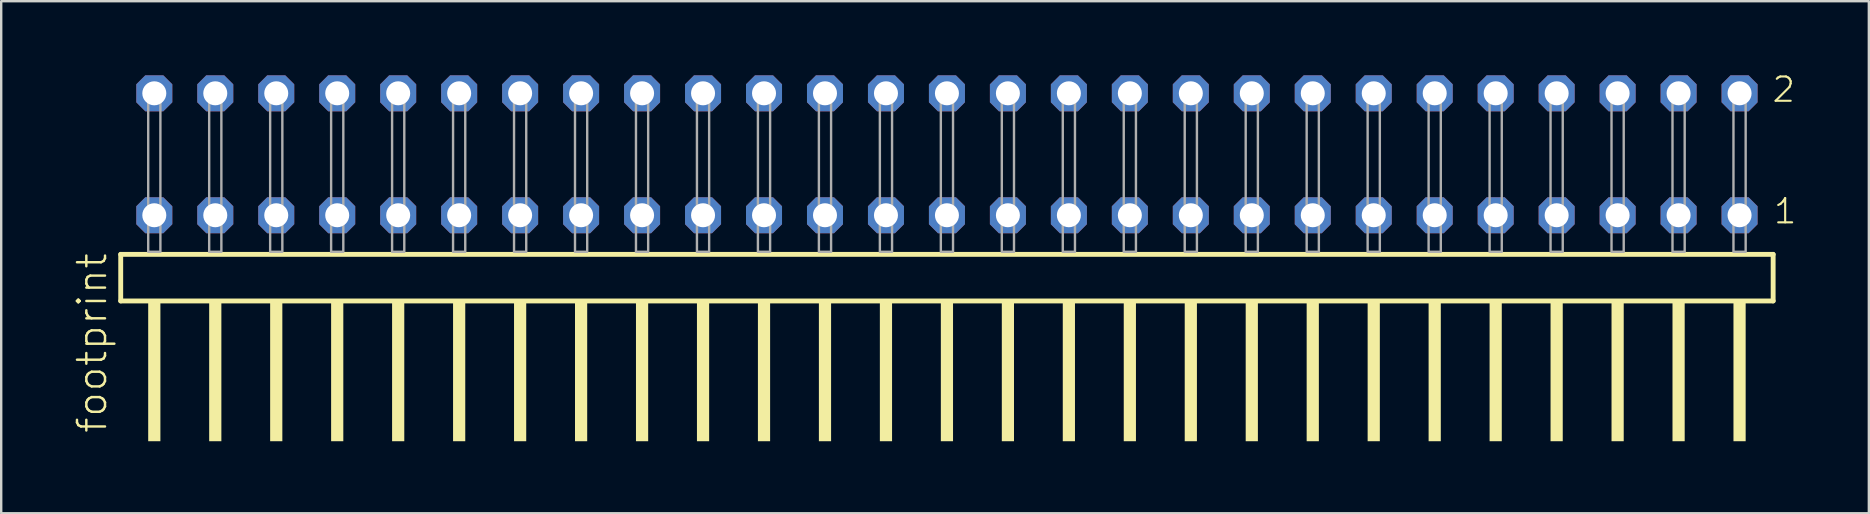
<source format=kicad_pcb>
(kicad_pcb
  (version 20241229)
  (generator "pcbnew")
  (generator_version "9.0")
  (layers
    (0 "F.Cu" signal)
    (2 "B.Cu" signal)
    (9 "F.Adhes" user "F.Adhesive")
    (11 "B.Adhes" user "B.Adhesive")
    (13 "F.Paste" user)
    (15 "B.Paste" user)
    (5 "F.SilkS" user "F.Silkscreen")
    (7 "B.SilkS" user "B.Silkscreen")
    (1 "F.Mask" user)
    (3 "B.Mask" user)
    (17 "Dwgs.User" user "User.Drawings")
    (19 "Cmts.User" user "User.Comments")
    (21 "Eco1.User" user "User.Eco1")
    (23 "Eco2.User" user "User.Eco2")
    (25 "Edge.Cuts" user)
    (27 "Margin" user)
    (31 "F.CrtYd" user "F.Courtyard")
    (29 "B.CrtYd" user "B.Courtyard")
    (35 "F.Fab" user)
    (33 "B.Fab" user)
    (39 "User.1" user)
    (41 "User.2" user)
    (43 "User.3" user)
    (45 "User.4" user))
  (footprint "footprint"
    (layer "F.Cu")
    (at 36.398 7.441)
    (property "Reference" "footprint" (at -34.925 7.62 90) (layer "F.SilkS") (effects (font (size 1.168 1.168) (thickness 0.102)) (justify left bottom)))
    (fp_line (start -34.419 0.106) (end -34.419 2.046) (stroke (width 0.203) (type solid)) (layer "F.SilkS"))
    (fp_line (start -34.419 2.046) (end 34.419 2.046) (stroke (width 0.203) (type solid)) (layer "F.SilkS"))
    (fp_line (start 34.419 0.106) (end -34.419 0.106) (stroke (width 0.203) (type solid)) (layer "F.SilkS"))
    (fp_line (start 34.419 2.046) (end 34.419 0.106) (stroke (width 0.203) (type solid)) (layer "F.SilkS"))
    (fp_poly (pts (xy -33.274 7.89) (xy -32.766 7.89) (xy -32.766 2.04) (xy -33.274 2.04)) (stroke (width 0) (type solid)) (fill yes) (layer "F.SilkS"))
    (fp_poly (pts (xy -30.734 7.89) (xy -30.226 7.89) (xy -30.226 2.04) (xy -30.734 2.04)) (stroke (width 0) (type solid)) (fill yes) (layer "F.SilkS"))
    (fp_poly (pts (xy -28.194 7.89) (xy -27.686 7.89) (xy -27.686 2.04) (xy -28.194 2.04)) (stroke (width 0) (type solid)) (fill yes) (layer "F.SilkS"))
    (fp_poly (pts (xy -25.654 7.89) (xy -25.146 7.89) (xy -25.146 2.04) (xy -25.654 2.04)) (stroke (width 0) (type solid)) (fill yes) (layer "F.SilkS"))
    (fp_poly (pts (xy -23.114 7.89) (xy -22.606 7.89) (xy -22.606 2.04) (xy -23.114 2.04)) (stroke (width 0) (type solid)) (fill yes) (layer "F.SilkS"))
    (fp_poly (pts (xy -20.574 7.89) (xy -20.066 7.89) (xy -20.066 2.04) (xy -20.574 2.04)) (stroke (width 0) (type solid)) (fill yes) (layer "F.SilkS"))
    (fp_poly (pts (xy -18.034 7.89) (xy -17.526 7.89) (xy -17.526 2.04) (xy -18.034 2.04)) (stroke (width 0) (type solid)) (fill yes) (layer "F.SilkS"))
    (fp_poly (pts (xy -15.494 7.89) (xy -14.986 7.89) (xy -14.986 2.04) (xy -15.494 2.04)) (stroke (width 0) (type solid)) (fill yes) (layer "F.SilkS"))
    (fp_poly (pts (xy -12.954 7.89) (xy -12.446 7.89) (xy -12.446 2.04) (xy -12.954 2.04)) (stroke (width 0) (type solid)) (fill yes) (layer "F.SilkS"))
    (fp_poly (pts (xy -10.414 7.89) (xy -9.906 7.89) (xy -9.906 2.04) (xy -10.414 2.04)) (stroke (width 0) (type solid)) (fill yes) (layer "F.SilkS"))
    (fp_poly (pts (xy -7.874 7.89) (xy -7.366 7.89) (xy -7.366 2.04) (xy -7.874 2.04)) (stroke (width 0) (type solid)) (fill yes) (layer "F.SilkS"))
    (fp_poly (pts (xy -5.334 7.89) (xy -4.826 7.89) (xy -4.826 2.04) (xy -5.334 2.04)) (stroke (width 0) (type solid)) (fill yes) (layer "F.SilkS"))
    (fp_poly (pts (xy -2.794 7.89) (xy -2.286 7.89) (xy -2.286 2.04) (xy -2.794 2.04)) (stroke (width 0) (type solid)) (fill yes) (layer "F.SilkS"))
    (fp_poly (pts (xy -0.254 7.89) (xy 0.254 7.89) (xy 0.254 2.04) (xy -0.254 2.04)) (stroke (width 0) (type solid)) (fill yes) (layer "F.SilkS"))
    (fp_poly (pts (xy 2.286 7.89) (xy 2.794 7.89) (xy 2.794 2.04) (xy 2.286 2.04)) (stroke (width 0) (type solid)) (fill yes) (layer "F.SilkS"))
    (fp_poly (pts (xy 4.826 7.89) (xy 5.334 7.89) (xy 5.334 2.04) (xy 4.826 2.04)) (stroke (width 0) (type solid)) (fill yes) (layer "F.SilkS"))
    (fp_poly (pts (xy 7.366 7.89) (xy 7.874 7.89) (xy 7.874 2.04) (xy 7.366 2.04)) (stroke (width 0) (type solid)) (fill yes) (layer "F.SilkS"))
    (fp_poly (pts (xy 9.906 7.89) (xy 10.414 7.89) (xy 10.414 2.04) (xy 9.906 2.04)) (stroke (width 0) (type solid)) (fill yes) (layer "F.SilkS"))
    (fp_poly (pts (xy 12.446 7.89) (xy 12.954 7.89) (xy 12.954 2.04) (xy 12.446 2.04)) (stroke (width 0) (type solid)) (fill yes) (layer "F.SilkS"))
    (fp_poly (pts (xy 14.986 7.89) (xy 15.494 7.89) (xy 15.494 2.04) (xy 14.986 2.04)) (stroke (width 0) (type solid)) (fill yes) (layer "F.SilkS"))
    (fp_poly (pts (xy 17.526 7.89) (xy 18.034 7.89) (xy 18.034 2.04) (xy 17.526 2.04)) (stroke (width 0) (type solid)) (fill yes) (layer "F.SilkS"))
    (fp_poly (pts (xy 20.066 7.89) (xy 20.574 7.89) (xy 20.574 2.04) (xy 20.066 2.04)) (stroke (width 0) (type solid)) (fill yes) (layer "F.SilkS"))
    (fp_poly (pts (xy 22.606 7.89) (xy 23.114 7.89) (xy 23.114 2.04) (xy 22.606 2.04)) (stroke (width 0) (type solid)) (fill yes) (layer "F.SilkS"))
    (fp_poly (pts (xy 25.146 7.89) (xy 25.654 7.89) (xy 25.654 2.04) (xy 25.146 2.04)) (stroke (width 0) (type solid)) (fill yes) (layer "F.SilkS"))
    (fp_poly (pts (xy 27.686 7.89) (xy 28.194 7.89) (xy 28.194 2.04) (xy 27.686 2.04)) (stroke (width 0) (type solid)) (fill yes) (layer "F.SilkS"))
    (fp_poly (pts (xy 30.226 7.89) (xy 30.734 7.89) (xy 30.734 2.04) (xy 30.226 2.04)) (stroke (width 0) (type solid)) (fill yes) (layer "F.SilkS"))
    (fp_poly (pts (xy 32.766 7.89) (xy 33.274 7.89) (xy 33.274 2.04) (xy 32.766 2.04)) (stroke (width 0) (type solid)) (fill yes) (layer "F.SilkS"))
    (fp_poly (pts (xy -33.274 0) (xy -32.766 0) (xy -32.766 -6.858) (xy -33.274 -6.858)) (stroke (width 0.1) (type solid)) (fill no) (layer "F.Fab"))
    (fp_poly (pts (xy -30.734 0) (xy -30.226 0) (xy -30.226 -6.858) (xy -30.734 -6.858)) (stroke (width 0.1) (type solid)) (fill no) (layer "F.Fab"))
    (fp_poly (pts (xy -28.194 0) (xy -27.686 0) (xy -27.686 -6.858) (xy -28.194 -6.858)) (stroke (width 0.1) (type solid)) (fill no) (layer "F.Fab"))
    (fp_poly (pts (xy -25.654 0) (xy -25.146 0) (xy -25.146 -6.858) (xy -25.654 -6.858)) (stroke (width 0.1) (type solid)) (fill no) (layer "F.Fab"))
    (fp_poly (pts (xy -23.114 0) (xy -22.606 0) (xy -22.606 -6.858) (xy -23.114 -6.858)) (stroke (width 0.1) (type solid)) (fill no) (layer "F.Fab"))
    (fp_poly (pts (xy -20.574 0) (xy -20.066 0) (xy -20.066 -6.858) (xy -20.574 -6.858)) (stroke (width 0.1) (type solid)) (fill no) (layer "F.Fab"))
    (fp_poly (pts (xy -18.034 0) (xy -17.526 0) (xy -17.526 -6.858) (xy -18.034 -6.858)) (stroke (width 0.1) (type solid)) (fill no) (layer "F.Fab"))
    (fp_poly (pts (xy -15.494 0) (xy -14.986 0) (xy -14.986 -6.858) (xy -15.494 -6.858)) (stroke (width 0.1) (type solid)) (fill no) (layer "F.Fab"))
    (fp_poly (pts (xy -12.954 0) (xy -12.446 0) (xy -12.446 -6.858) (xy -12.954 -6.858)) (stroke (width 0.1) (type solid)) (fill no) (layer "F.Fab"))
    (fp_poly (pts (xy -10.414 0) (xy -9.906 0) (xy -9.906 -6.858) (xy -10.414 -6.858)) (stroke (width 0.1) (type solid)) (fill no) (layer "F.Fab"))
    (fp_poly (pts (xy -7.874 0) (xy -7.366 0) (xy -7.366 -6.858) (xy -7.874 -6.858)) (stroke (width 0.1) (type solid)) (fill no) (layer "F.Fab"))
    (fp_poly (pts (xy -5.334 0) (xy -4.826 0) (xy -4.826 -6.858) (xy -5.334 -6.858)) (stroke (width 0.1) (type solid)) (fill no) (layer "F.Fab"))
    (fp_poly (pts (xy -2.794 0) (xy -2.286 0) (xy -2.286 -6.858) (xy -2.794 -6.858)) (stroke (width 0.1) (type solid)) (fill no) (layer "F.Fab"))
    (fp_poly (pts (xy -0.254 0) (xy 0.254 0) (xy 0.254 -6.858) (xy -0.254 -6.858)) (stroke (width 0.1) (type solid)) (fill no) (layer "F.Fab"))
    (fp_poly (pts (xy 2.286 0) (xy 2.794 0) (xy 2.794 -6.858) (xy 2.286 -6.858)) (stroke (width 0.1) (type solid)) (fill no) (layer "F.Fab"))
    (fp_poly (pts (xy 4.826 0) (xy 5.334 0) (xy 5.334 -6.858) (xy 4.826 -6.858)) (stroke (width 0.1) (type solid)) (fill no) (layer "F.Fab"))
    (fp_poly (pts (xy 7.366 0) (xy 7.874 0) (xy 7.874 -6.858) (xy 7.366 -6.858)) (stroke (width 0.1) (type solid)) (fill no) (layer "F.Fab"))
    (fp_poly (pts (xy 9.906 0) (xy 10.414 0) (xy 10.414 -6.858) (xy 9.906 -6.858)) (stroke (width 0.1) (type solid)) (fill no) (layer "F.Fab"))
    (fp_poly (pts (xy 12.446 0) (xy 12.954 0) (xy 12.954 -6.858) (xy 12.446 -6.858)) (stroke (width 0.1) (type solid)) (fill no) (layer "F.Fab"))
    (fp_poly (pts (xy 14.986 0) (xy 15.494 0) (xy 15.494 -6.858) (xy 14.986 -6.858)) (stroke (width 0.1) (type solid)) (fill no) (layer "F.Fab"))
    (fp_poly (pts (xy 17.526 0) (xy 18.034 0) (xy 18.034 -6.858) (xy 17.526 -6.858)) (stroke (width 0.1) (type solid)) (fill no) (layer "F.Fab"))
    (fp_poly (pts (xy 20.066 0) (xy 20.574 0) (xy 20.574 -6.858) (xy 20.066 -6.858)) (stroke (width 0.1) (type solid)) (fill no) (layer "F.Fab"))
    (fp_poly (pts (xy 22.606 0) (xy 23.114 0) (xy 23.114 -6.858) (xy 22.606 -6.858)) (stroke (width 0.1) (type solid)) (fill no) (layer "F.Fab"))
    (fp_poly (pts (xy 25.146 0) (xy 25.654 0) (xy 25.654 -6.858) (xy 25.146 -6.858)) (stroke (width 0.1) (type solid)) (fill no) (layer "F.Fab"))
    (fp_poly (pts (xy 27.686 0) (xy 28.194 0) (xy 28.194 -6.858) (xy 27.686 -6.858)) (stroke (width 0.1) (type solid)) (fill no) (layer "F.Fab"))
    (fp_poly (pts (xy 30.226 0) (xy 30.734 0) (xy 30.734 -6.858) (xy 30.226 -6.858)) (stroke (width 0.1) (type solid)) (fill no) (layer "F.Fab"))
    (fp_poly (pts (xy 32.766 0) (xy 33.274 0) (xy 33.274 -6.858) (xy 32.766 -6.858)) (stroke (width 0.1) (type solid)) (fill no) (layer "F.Fab"))
    (fp_text user "2" (at 34.32 -6.165 0) (layer "F.SilkS") (effects (font (size 1.012 1.012) (thickness 0.088)) (justify left bottom)))
    (fp_text user "1" (at 34.38 -1.1 0) (layer "F.SilkS") (effects (font (size 1.012 1.012) (thickness 0.088)) (justify left bottom)))
    (pad "1" thru_hole roundrect (at 33.02 -1.524 180) (size 1.5 1.5) (drill 1) (layers "*.Cu" "*.Mask") (roundrect_rratio 0.25) (chamfer_ratio 0.25) (chamfer top_left top_right bottom_left bottom_right))
    (pad "2" thru_hole roundrect (at 33.02 -6.604 180) (size 1.5 1.5) (drill 1) (layers "*.Cu" "*.Mask") (roundrect_rratio 0.25) (chamfer_ratio 0.25) (chamfer top_left top_right bottom_left bottom_right))
    (pad "3" thru_hole roundrect (at 30.48 -1.524 180) (size 1.5 1.5) (drill 1) (layers "*.Cu" "*.Mask") (roundrect_rratio 0.25) (chamfer_ratio 0.25) (chamfer top_left top_right bottom_left bottom_right))
    (pad "4" thru_hole roundrect (at 30.48 -6.604 180) (size 1.5 1.5) (drill 1) (layers "*.Cu" "*.Mask") (roundrect_rratio 0.25) (chamfer_ratio 0.25) (chamfer top_left top_right bottom_left bottom_right))
    (pad "5" thru_hole roundrect (at 27.94 -1.524 180) (size 1.5 1.5) (drill 1) (layers "*.Cu" "*.Mask") (roundrect_rratio 0.25) (chamfer_ratio 0.25) (chamfer top_left top_right bottom_left bottom_right))
    (pad "6" thru_hole roundrect (at 27.94 -6.604 180) (size 1.5 1.5) (drill 1) (layers "*.Cu" "*.Mask") (roundrect_rratio 0.25) (chamfer_ratio 0.25) (chamfer top_left top_right bottom_left bottom_right))
    (pad "7" thru_hole roundrect (at 25.4 -1.524 180) (size 1.5 1.5) (drill 1) (layers "*.Cu" "*.Mask") (roundrect_rratio 0.25) (chamfer_ratio 0.25) (chamfer top_left top_right bottom_left bottom_right))
    (pad "8" thru_hole roundrect (at 25.4 -6.604 180) (size 1.5 1.5) (drill 1) (layers "*.Cu" "*.Mask") (roundrect_rratio 0.25) (chamfer_ratio 0.25) (chamfer top_left top_right bottom_left bottom_right))
    (pad "9" thru_hole roundrect (at 22.86 -1.524 180) (size 1.5 1.5) (drill 1) (layers "*.Cu" "*.Mask") (roundrect_rratio 0.25) (chamfer_ratio 0.25) (chamfer top_left top_right bottom_left bottom_right))
    (pad "10" thru_hole roundrect (at 22.86 -6.604 180) (size 1.5 1.5) (drill 1) (layers "*.Cu" "*.Mask") (roundrect_rratio 0.25) (chamfer_ratio 0.25) (chamfer top_left top_right bottom_left bottom_right))
    (pad "11" thru_hole roundrect (at 20.32 -1.524 180) (size 1.5 1.5) (drill 1) (layers "*.Cu" "*.Mask") (roundrect_rratio 0.25) (chamfer_ratio 0.25) (chamfer top_left top_right bottom_left bottom_right))
    (pad "12" thru_hole roundrect (at 20.32 -6.604 180) (size 1.5 1.5) (drill 1) (layers "*.Cu" "*.Mask") (roundrect_rratio 0.25) (chamfer_ratio 0.25) (chamfer top_left top_right bottom_left bottom_right))
    (pad "13" thru_hole roundrect (at 17.78 -1.524 180) (size 1.5 1.5) (drill 1) (layers "*.Cu" "*.Mask") (roundrect_rratio 0.25) (chamfer_ratio 0.25) (chamfer top_left top_right bottom_left bottom_right))
    (pad "14" thru_hole roundrect (at 17.78 -6.604 180) (size 1.5 1.5) (drill 1) (layers "*.Cu" "*.Mask") (roundrect_rratio 0.25) (chamfer_ratio 0.25) (chamfer top_left top_right bottom_left bottom_right))
    (pad "15" thru_hole roundrect (at 15.24 -1.524 180) (size 1.5 1.5) (drill 1) (layers "*.Cu" "*.Mask") (roundrect_rratio 0.25) (chamfer_ratio 0.25) (chamfer top_left top_right bottom_left bottom_right))
    (pad "16" thru_hole roundrect (at 15.24 -6.604 180) (size 1.5 1.5) (drill 1) (layers "*.Cu" "*.Mask") (roundrect_rratio 0.25) (chamfer_ratio 0.25) (chamfer top_left top_right bottom_left bottom_right))
    (pad "17" thru_hole roundrect (at 12.7 -1.524 180) (size 1.5 1.5) (drill 1) (layers "*.Cu" "*.Mask") (roundrect_rratio 0.25) (chamfer_ratio 0.25) (chamfer top_left top_right bottom_left bottom_right))
    (pad "18" thru_hole roundrect (at 12.7 -6.604 180) (size 1.5 1.5) (drill 1) (layers "*.Cu" "*.Mask") (roundrect_rratio 0.25) (chamfer_ratio 0.25) (chamfer top_left top_right bottom_left bottom_right))
    (pad "19" thru_hole roundrect (at 10.16 -1.524 180) (size 1.5 1.5) (drill 1) (layers "*.Cu" "*.Mask") (roundrect_rratio 0.25) (chamfer_ratio 0.25) (chamfer top_left top_right bottom_left bottom_right))
    (pad "20" thru_hole roundrect (at 10.16 -6.604 180) (size 1.5 1.5) (drill 1) (layers "*.Cu" "*.Mask") (roundrect_rratio 0.25) (chamfer_ratio 0.25) (chamfer top_left top_right bottom_left bottom_right))
    (pad "21" thru_hole roundrect (at 7.62 -1.524 180) (size 1.5 1.5) (drill 1) (layers "*.Cu" "*.Mask") (roundrect_rratio 0.25) (chamfer_ratio 0.25) (chamfer top_left top_right bottom_left bottom_right))
    (pad "22" thru_hole roundrect (at 7.62 -6.604 180) (size 1.5 1.5) (drill 1) (layers "*.Cu" "*.Mask") (roundrect_rratio 0.25) (chamfer_ratio 0.25) (chamfer top_left top_right bottom_left bottom_right))
    (pad "23" thru_hole roundrect (at 5.08 -1.524 180) (size 1.5 1.5) (drill 1) (layers "*.Cu" "*.Mask") (roundrect_rratio 0.25) (chamfer_ratio 0.25) (chamfer top_left top_right bottom_left bottom_right))
    (pad "24" thru_hole roundrect (at 5.08 -6.604 180) (size 1.5 1.5) (drill 1) (layers "*.Cu" "*.Mask") (roundrect_rratio 0.25) (chamfer_ratio 0.25) (chamfer top_left top_right bottom_left bottom_right))
    (pad "25" thru_hole roundrect (at 2.54 -1.524 180) (size 1.5 1.5) (drill 1) (layers "*.Cu" "*.Mask") (roundrect_rratio 0.25) (chamfer_ratio 0.25) (chamfer top_left top_right bottom_left bottom_right))
    (pad "26" thru_hole roundrect (at 2.54 -6.604 180) (size 1.5 1.5) (drill 1) (layers "*.Cu" "*.Mask") (roundrect_rratio 0.25) (chamfer_ratio 0.25) (chamfer top_left top_right bottom_left bottom_right))
    (pad "27" thru_hole roundrect (at 0 -1.524 180) (size 1.5 1.5) (drill 1) (layers "*.Cu" "*.Mask") (roundrect_rratio 0.25) (chamfer_ratio 0.25) (chamfer top_left top_right bottom_left bottom_right))
    (pad "28" thru_hole roundrect (at 0 -6.604 180) (size 1.5 1.5) (drill 1) (layers "*.Cu" "*.Mask") (roundrect_rratio 0.25) (chamfer_ratio 0.25) (chamfer top_left top_right bottom_left bottom_right))
    (pad "29" thru_hole roundrect (at -2.54 -1.524 180) (size 1.5 1.5) (drill 1) (layers "*.Cu" "*.Mask") (roundrect_rratio 0.25) (chamfer_ratio 0.25) (chamfer top_left top_right bottom_left bottom_right))
    (pad "30" thru_hole roundrect (at -2.54 -6.604 180) (size 1.5 1.5) (drill 1) (layers "*.Cu" "*.Mask") (roundrect_rratio 0.25) (chamfer_ratio 0.25) (chamfer top_left top_right bottom_left bottom_right))
    (pad "31" thru_hole roundrect (at -5.08 -1.524 180) (size 1.5 1.5) (drill 1) (layers "*.Cu" "*.Mask") (roundrect_rratio 0.25) (chamfer_ratio 0.25) (chamfer top_left top_right bottom_left bottom_right))
    (pad "32" thru_hole roundrect (at -5.08 -6.604 180) (size 1.5 1.5) (drill 1) (layers "*.Cu" "*.Mask") (roundrect_rratio 0.25) (chamfer_ratio 0.25) (chamfer top_left top_right bottom_left bottom_right))
    (pad "33" thru_hole roundrect (at -7.62 -1.524 180) (size 1.5 1.5) (drill 1) (layers "*.Cu" "*.Mask") (roundrect_rratio 0.25) (chamfer_ratio 0.25) (chamfer top_left top_right bottom_left bottom_right))
    (pad "34" thru_hole roundrect (at -7.62 -6.604 180) (size 1.5 1.5) (drill 1) (layers "*.Cu" "*.Mask") (roundrect_rratio 0.25) (chamfer_ratio 0.25) (chamfer top_left top_right bottom_left bottom_right))
    (pad "35" thru_hole roundrect (at -10.16 -1.524 180) (size 1.5 1.5) (drill 1) (layers "*.Cu" "*.Mask") (roundrect_rratio 0.25) (chamfer_ratio 0.25) (chamfer top_left top_right bottom_left bottom_right))
    (pad "36" thru_hole roundrect (at -10.16 -6.604 180) (size 1.5 1.5) (drill 1) (layers "*.Cu" "*.Mask") (roundrect_rratio 0.25) (chamfer_ratio 0.25) (chamfer top_left top_right bottom_left bottom_right))
    (pad "37" thru_hole roundrect (at -12.7 -1.524 180) (size 1.5 1.5) (drill 1) (layers "*.Cu" "*.Mask") (roundrect_rratio 0.25) (chamfer_ratio 0.25) (chamfer top_left top_right bottom_left bottom_right))
    (pad "38" thru_hole roundrect (at -12.7 -6.604 180) (size 1.5 1.5) (drill 1) (layers "*.Cu" "*.Mask") (roundrect_rratio 0.25) (chamfer_ratio 0.25) (chamfer top_left top_right bottom_left bottom_right))
    (pad "39" thru_hole roundrect (at -15.24 -1.524 180) (size 1.5 1.5) (drill 1) (layers "*.Cu" "*.Mask") (roundrect_rratio 0.25) (chamfer_ratio 0.25) (chamfer top_left top_right bottom_left bottom_right))
    (pad "40" thru_hole roundrect (at -15.24 -6.604 180) (size 1.5 1.5) (drill 1) (layers "*.Cu" "*.Mask") (roundrect_rratio 0.25) (chamfer_ratio 0.25) (chamfer top_left top_right bottom_left bottom_right))
    (pad "41" thru_hole roundrect (at -17.78 -1.524 180) (size 1.5 1.5) (drill 1) (layers "*.Cu" "*.Mask") (roundrect_rratio 0.25) (chamfer_ratio 0.25) (chamfer top_left top_right bottom_left bottom_right))
    (pad "42" thru_hole roundrect (at -17.78 -6.604 180) (size 1.5 1.5) (drill 1) (layers "*.Cu" "*.Mask") (roundrect_rratio 0.25) (chamfer_ratio 0.25) (chamfer top_left top_right bottom_left bottom_right))
    (pad "43" thru_hole roundrect (at -20.32 -1.524 180) (size 1.5 1.5) (drill 1) (layers "*.Cu" "*.Mask") (roundrect_rratio 0.25) (chamfer_ratio 0.25) (chamfer top_left top_right bottom_left bottom_right))
    (pad "44" thru_hole roundrect (at -20.32 -6.604 180) (size 1.5 1.5) (drill 1) (layers "*.Cu" "*.Mask") (roundrect_rratio 0.25) (chamfer_ratio 0.25) (chamfer top_left top_right bottom_left bottom_right))
    (pad "45" thru_hole roundrect (at -22.86 -1.524 180) (size 1.5 1.5) (drill 1) (layers "*.Cu" "*.Mask") (roundrect_rratio 0.25) (chamfer_ratio 0.25) (chamfer top_left top_right bottom_left bottom_right))
    (pad "46" thru_hole roundrect (at -22.86 -6.604 180) (size 1.5 1.5) (drill 1) (layers "*.Cu" "*.Mask") (roundrect_rratio 0.25) (chamfer_ratio 0.25) (chamfer top_left top_right bottom_left bottom_right))
    (pad "47" thru_hole roundrect (at -25.4 -1.524 180) (size 1.5 1.5) (drill 1) (layers "*.Cu" "*.Mask") (roundrect_rratio 0.25) (chamfer_ratio 0.25) (chamfer top_left top_right bottom_left bottom_right))
    (pad "48" thru_hole roundrect (at -25.4 -6.604 180) (size 1.5 1.5) (drill 1) (layers "*.Cu" "*.Mask") (roundrect_rratio 0.25) (chamfer_ratio 0.25) (chamfer top_left top_right bottom_left bottom_right))
    (pad "49" thru_hole roundrect (at -27.94 -1.524 180) (size 1.5 1.5) (drill 1) (layers "*.Cu" "*.Mask") (roundrect_rratio 0.25) (chamfer_ratio 0.25) (chamfer top_left top_right bottom_left bottom_right))
    (pad "50" thru_hole roundrect (at -27.94 -6.604 180) (size 1.5 1.5) (drill 1) (layers "*.Cu" "*.Mask") (roundrect_rratio 0.25) (chamfer_ratio 0.25) (chamfer top_left top_right bottom_left bottom_right))
    (pad "51" thru_hole roundrect (at -30.48 -1.524 180) (size 1.5 1.5) (drill 1) (layers "*.Cu" "*.Mask") (roundrect_rratio 0.25) (chamfer_ratio 0.25) (chamfer top_left top_right bottom_left bottom_right))
    (pad "52" thru_hole roundrect (at -30.48 -6.604 180) (size 1.5 1.5) (drill 1) (layers "*.Cu" "*.Mask") (roundrect_rratio 0.25) (chamfer_ratio 0.25) (chamfer top_left top_right bottom_left bottom_right))
    (pad "53" thru_hole roundrect (at -33.02 -1.524 180) (size 1.5 1.5) (drill 1) (layers "*.Cu" "*.Mask") (roundrect_rratio 0.25) (chamfer_ratio 0.25) (chamfer top_left top_right bottom_left bottom_right))
    (pad "54" thru_hole roundrect (at -33.02 -6.604 180) (size 1.5 1.5) (drill 1) (layers "*.Cu" "*.Mask") (roundrect_rratio 0.25) (chamfer_ratio 0.25) (chamfer top_left top_right bottom_left bottom_right)))
  (gr_rect
    (start -3 -3)
    (end 74.804 18.331)
    (stroke (width 0.1) (type default))
    (fill no)
    (layer "Edge.Cuts")))
</source>
